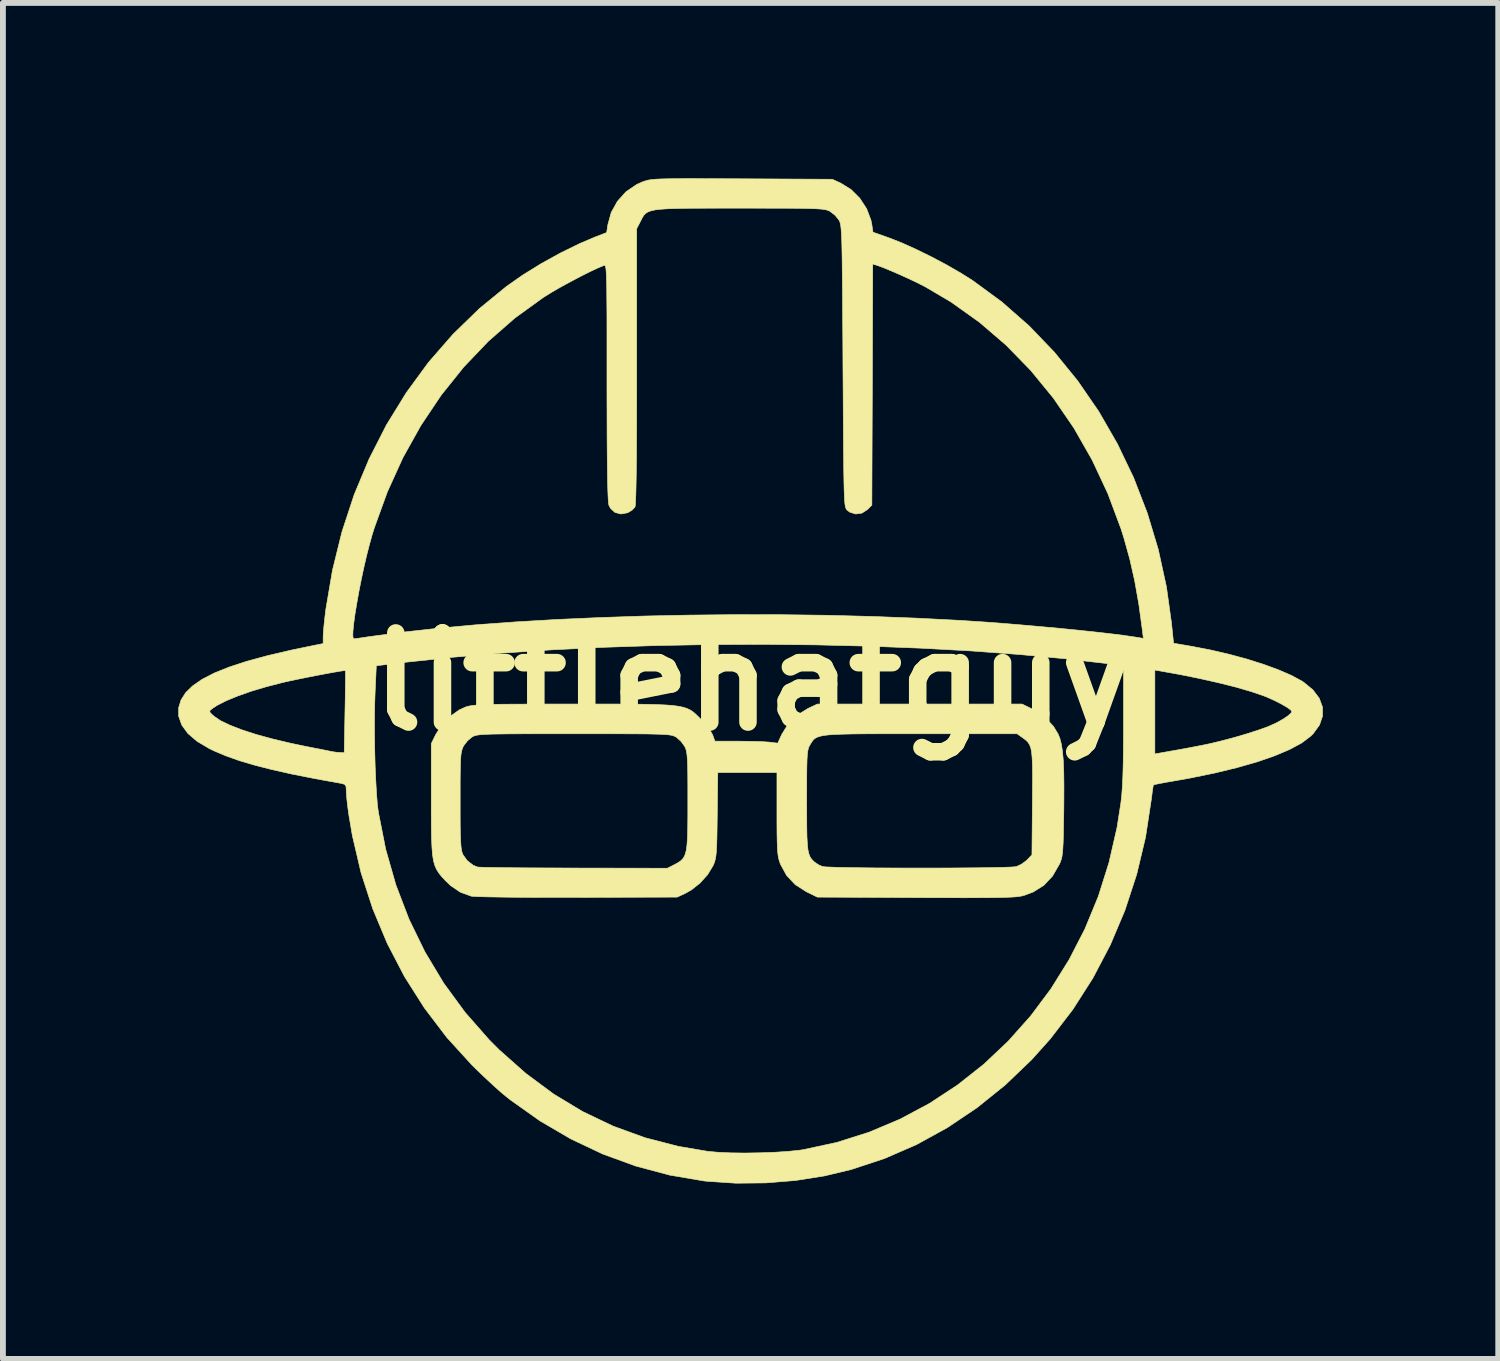
<source format=kicad_pcb>
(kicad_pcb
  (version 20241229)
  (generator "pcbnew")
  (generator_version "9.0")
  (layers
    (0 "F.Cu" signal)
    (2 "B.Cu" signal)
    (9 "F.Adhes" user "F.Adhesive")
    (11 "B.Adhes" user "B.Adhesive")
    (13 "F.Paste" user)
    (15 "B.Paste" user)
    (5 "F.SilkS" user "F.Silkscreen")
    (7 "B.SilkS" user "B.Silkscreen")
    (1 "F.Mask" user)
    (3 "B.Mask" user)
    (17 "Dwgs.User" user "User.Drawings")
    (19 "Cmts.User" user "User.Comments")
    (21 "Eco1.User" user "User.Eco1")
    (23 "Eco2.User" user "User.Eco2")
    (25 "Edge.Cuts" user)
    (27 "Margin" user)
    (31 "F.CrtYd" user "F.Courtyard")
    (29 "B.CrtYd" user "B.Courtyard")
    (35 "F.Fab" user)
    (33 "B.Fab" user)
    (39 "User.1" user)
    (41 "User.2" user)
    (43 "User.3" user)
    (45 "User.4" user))
  (footprint "littlehatguy"
    (layer "F.Cu")
    (at 9.815 8.61)
    (property "Reference" "littlehatguy" (at 0 0 0) (layer "F.SilkS") (effects (font (size 1.524 1.524) (thickness 0.3))))
    (attr through_hole)
    (fp_poly (pts (xy -2.352 0.381) (xy -2.078 0.382) (xy -1.846 0.385) (xy -1.654 0.389) (xy -1.495 0.396) (xy -1.366 0.405) (xy -1.262 0.419) (xy -1.179 0.436) (xy -1.112 0.458) (xy -1.056 0.485) (xy -1.008 0.518) (xy -0.963 0.557) (xy -0.916 0.603) (xy -0.872 0.647) (xy -0.79 0.738) (xy -0.721 0.83) (xy -0.678 0.905) (xy -0.676 0.911) (xy -0.638 1.016) (xy -0.241 1.016) (xy -0.083 1.018) (xy 0.068 1.021) (xy 0.196 1.026) (xy 0.285 1.032) (xy 0.296 1.033) (xy 0.437 1.05) (xy 0.504 0.903) (xy 0.614 0.724) (xy 0.769 0.571) (xy 0.955 0.456) (xy 1.115 0.381) (xy 4.615 0.381) (xy 4.805 0.474) (xy 4.999 0.599) (xy 5.152 0.763) (xy 5.231 0.893) (xy 5.262 0.97) (xy 5.287 1.067) (xy 5.306 1.19) (xy 5.32 1.344) (xy 5.328 1.535) (xy 5.331 1.768) (xy 5.33 2.051) (xy 5.329 2.184) (xy 5.325 2.418) (xy 5.322 2.603) (xy 5.318 2.746) (xy 5.312 2.855) (xy 5.305 2.936) (xy 5.296 2.997) (xy 5.283 3.046) (xy 5.267 3.09) (xy 5.255 3.117) (xy 5.137 3.322) (xy 4.989 3.48) (xy 4.807 3.595) (xy 4.652 3.653) (xy 4.614 3.663) (xy 4.567 3.671) (xy 4.508 3.678) (xy 4.431 3.683) (xy 4.332 3.687) (xy 4.207 3.69) (xy 4.051 3.692) (xy 3.86 3.693) (xy 3.628 3.694) (xy 3.352 3.693) (xy 3.026 3.692) (xy 2.804 3.691) (xy 1.114 3.683) (xy 0.924 3.59) (xy 0.734 3.468) (xy 0.587 3.311) (xy 0.482 3.118) (xy 0.478 3.106) (xy 0.461 3.056) (xy 0.447 3.001) (xy 0.438 2.934) (xy 0.431 2.847) (xy 0.427 2.732) (xy 0.424 2.58) (xy 0.423 2.384) (xy 0.423 2.257) (xy 0.423 2.026) (xy 0.931 2.026) (xy 0.932 2.282) (xy 0.933 2.487) (xy 0.936 2.649) (xy 0.943 2.773) (xy 0.952 2.867) (xy 0.967 2.937) (xy 0.986 2.988) (xy 1.011 3.029) (xy 1.044 3.064) (xy 1.067 3.085) (xy 1.137 3.132) (xy 1.203 3.16) (xy 1.25 3.166) (xy 1.347 3.17) (xy 1.487 3.175) (xy 1.665 3.178) (xy 1.874 3.181) (xy 2.108 3.184) (xy 2.36 3.185) (xy 2.623 3.186) (xy 2.893 3.186) (xy 3.161 3.186) (xy 3.423 3.185) (xy 3.671 3.183) (xy 3.899 3.181) (xy 4.101 3.178) (xy 4.271 3.174) (xy 4.402 3.17) (xy 4.487 3.165) (xy 4.517 3.161) (xy 4.604 3.121) (xy 4.688 3.059) (xy 4.701 3.046) (xy 4.784 2.96) (xy 4.792 2.073) (xy 4.794 1.811) (xy 4.795 1.598) (xy 4.793 1.43) (xy 4.787 1.299) (xy 4.778 1.2) (xy 4.763 1.126) (xy 4.741 1.072) (xy 4.713 1.03) (xy 4.676 0.995) (xy 4.63 0.96) (xy 4.622 0.955) (xy 4.53 0.889) (xy 2.879 0.889) (xy 2.519 0.889) (xy 2.211 0.889) (xy 1.951 0.89) (xy 1.734 0.892) (xy 1.556 0.896) (xy 1.413 0.901) (xy 1.3 0.909) (xy 1.213 0.92) (xy 1.148 0.935) (xy 1.1 0.953) (xy 1.064 0.975) (xy 1.038 1.002) (xy 1.015 1.034) (xy 0.992 1.072) (xy 0.987 1.081) (xy 0.971 1.11) (xy 0.959 1.144) (xy 0.949 1.189) (xy 0.942 1.252) (xy 0.937 1.34) (xy 0.934 1.459) (xy 0.932 1.616) (xy 0.932 1.818) (xy 0.931 2.026) (xy 0.423 2.026) (xy 0.423 1.552) (xy -0.589 1.552) (xy -0.598 2.279) (xy -0.601 2.502) (xy -0.604 2.676) (xy -0.608 2.81) (xy -0.614 2.91) (xy -0.622 2.985) (xy -0.633 3.043) (xy -0.647 3.091) (xy -0.666 3.137) (xy -0.672 3.149) (xy -0.763 3.299) (xy -0.892 3.442) (xy -1.042 3.561) (xy -1.143 3.618) (xy -1.284 3.683) (xy -2.992 3.688) (xy -3.301 3.688) (xy -3.596 3.688) (xy -3.871 3.687) (xy -4.12 3.685) (xy -4.339 3.682) (xy -4.523 3.679) (xy -4.665 3.675) (xy -4.761 3.671) (xy -4.805 3.667) (xy -4.992 3.599) (xy -5.159 3.486) (xy -5.252 3.396) (xy -5.312 3.331) (xy -5.36 3.271) (xy -5.399 3.209) (xy -5.429 3.14) (xy -5.452 3.057) (xy -5.468 2.953) (xy -5.478 2.823) (xy -5.485 2.659) (xy -5.488 2.456) (xy -5.489 2.207) (xy -5.489 2.034) (xy -4.995 2.034) (xy -4.995 2.278) (xy -4.994 2.472) (xy -4.991 2.623) (xy -4.986 2.738) (xy -4.98 2.822) (xy -4.971 2.883) (xy -4.96 2.927) (xy -4.95 2.953) (xy -4.875 3.058) (xy -4.773 3.138) (xy -4.699 3.168) (xy -4.661 3.171) (xy -4.572 3.174) (xy -4.437 3.176) (xy -4.261 3.179) (xy -4.05 3.181) (xy -3.808 3.183) (xy -3.542 3.184) (xy -3.256 3.185) (xy -3.047 3.186) (xy -1.451 3.189) (xy -1.327 3.126) (xy -1.267 3.093) (xy -1.218 3.059) (xy -1.18 3.019) (xy -1.151 2.965) (xy -1.13 2.892) (xy -1.116 2.793) (xy -1.107 2.662) (xy -1.103 2.492) (xy -1.101 2.279) (xy -1.101 2.038) (xy -1.101 1.798) (xy -1.102 1.607) (xy -1.104 1.459) (xy -1.108 1.347) (xy -1.114 1.265) (xy -1.122 1.204) (xy -1.132 1.16) (xy -1.146 1.124) (xy -1.154 1.107) (xy -1.214 1.023) (xy -1.291 0.953) (xy -1.303 0.945) (xy -1.324 0.934) (xy -1.349 0.924) (xy -1.381 0.915) (xy -1.425 0.908) (xy -1.486 0.903) (xy -1.568 0.898) (xy -1.676 0.895) (xy -1.814 0.892) (xy -1.987 0.891) (xy -2.198 0.89) (xy -2.454 0.889) (xy -2.758 0.889) (xy -3.048 0.889) (xy -3.395 0.889) (xy -3.69 0.889) (xy -3.938 0.89) (xy -4.142 0.891) (xy -4.308 0.893) (xy -4.441 0.895) (xy -4.544 0.899) (xy -4.622 0.903) (xy -4.68 0.909) (xy -4.722 0.916) (xy -4.752 0.925) (xy -4.776 0.936) (xy -4.793 0.945) (xy -4.87 1.01) (xy -4.934 1.093) (xy -4.942 1.107) (xy -4.957 1.141) (xy -4.969 1.181) (xy -4.979 1.233) (xy -4.986 1.303) (xy -4.99 1.4) (xy -4.993 1.53) (xy -4.995 1.699) (xy -4.995 1.914) (xy -4.995 2.034) (xy -5.489 2.034) (xy -5.489 2.018) (xy -5.489 1.058) (xy -5.41 0.897) (xy -5.307 0.737) (xy -5.169 0.594) (xy -5.013 0.483) (xy -4.903 0.432) (xy -4.869 0.422) (xy -4.83 0.413) (xy -4.782 0.405) (xy -4.721 0.399) (xy -4.641 0.394) (xy -4.538 0.39) (xy -4.408 0.386) (xy -4.245 0.384) (xy -4.046 0.383) (xy -3.806 0.382) (xy -3.52 0.381) (xy -3.184 0.381) (xy -3.048 0.381) (xy -2.674 0.381) (xy -2.352 0.381)) (stroke (width 0.01) (type solid)) (fill yes) (layer "F.SilkS"))
    (fp_poly (pts (xy -0.952 -8.605) (xy -0.701 -8.604) (xy -0.402 -8.603) (xy -0.173 -8.602) (xy 1.369 -8.594) (xy 1.516 -8.527) (xy 1.69 -8.419) (xy 1.84 -8.269) (xy 1.957 -8.09) (xy 2.031 -7.894) (xy 2.046 -7.817) (xy 2.065 -7.689) (xy 2.334 -7.594) (xy 2.552 -7.509) (xy 2.801 -7.397) (xy 3.064 -7.268) (xy 3.326 -7.129) (xy 3.572 -6.987) (xy 3.768 -6.864) (xy 4.267 -6.498) (xy 4.735 -6.087) (xy 5.168 -5.636) (xy 5.566 -5.147) (xy 5.926 -4.624) (xy 6.245 -4.07) (xy 6.523 -3.49) (xy 6.757 -2.885) (xy 6.945 -2.261) (xy 7.085 -1.619) (xy 7.171 -1) (xy 7.206 -0.659) (xy 7.505 -0.608) (xy 7.828 -0.546) (xy 8.149 -0.472) (xy 8.457 -0.389) (xy 8.745 -0.298) (xy 9.004 -0.203) (xy 9.225 -0.107) (xy 9.4 -0.012) (xy 9.428 0.006) (xy 9.589 0.138) (xy 9.697 0.281) (xy 9.753 0.432) (xy 9.754 0.586) (xy 9.702 0.739) (xy 9.595 0.887) (xy 9.549 0.932) (xy 9.398 1.046) (xy 9.193 1.157) (xy 8.938 1.265) (xy 8.635 1.37) (xy 8.288 1.469) (xy 7.9 1.563) (xy 7.474 1.65) (xy 7.225 1.694) (xy 7.092 1.717) (xy 6.979 1.738) (xy 6.9 1.754) (xy 6.864 1.763) (xy 6.863 1.764) (xy 6.855 1.795) (xy 6.844 1.868) (xy 6.831 1.97) (xy 6.826 2.009) (xy 6.727 2.659) (xy 6.576 3.292) (xy 6.375 3.907) (xy 6.125 4.499) (xy 5.828 5.065) (xy 5.485 5.602) (xy 5.098 6.107) (xy 4.779 6.463) (xy 4.326 6.897) (xy 3.844 7.285) (xy 3.338 7.625) (xy 2.809 7.916) (xy 2.259 8.155) (xy 1.692 8.342) (xy 1.237 8.451) (xy 0.743 8.529) (xy 0.231 8.571) (xy -0.279 8.576) (xy -0.77 8.543) (xy -0.827 8.537) (xy -1.414 8.437) (xy -1.991 8.283) (xy -2.556 8.077) (xy -3.103 7.818) (xy -3.63 7.51) (xy -4.132 7.154) (xy -4.207 7.095) (xy -4.311 7.008) (xy -4.44 6.892) (xy -4.582 6.76) (xy -4.724 6.623) (xy -4.798 6.55) (xy -5.224 6.082) (xy -5.607 5.578) (xy -5.947 5.042) (xy -6.242 4.475) (xy -6.49 3.882) (xy -6.69 3.266) (xy -6.839 2.63) (xy -6.898 2.282) (xy -6.917 2.145) (xy -6.932 2.015) (xy -6.941 1.912) (xy -6.943 1.867) (xy -6.946 1.793) (xy -6.967 1.757) (xy -7.016 1.74) (xy -7.034 1.737) (xy -7.477 1.657) (xy -7.867 1.58) (xy -8.211 1.503) (xy -8.512 1.426) (xy -8.775 1.348) (xy -9.005 1.266) (xy -9.206 1.181) (xy -9.286 1.142) (xy -9.494 1.019) (xy -9.652 0.884) (xy -9.757 0.739) (xy -9.81 0.587) (xy -9.81 0.519) (xy -9.277 0.519) (xy -9.243 0.556) (xy -9.203 0.591) (xy -9.093 0.666) (xy -8.932 0.743) (xy -8.726 0.823) (xy -8.481 0.902) (xy -8.203 0.978) (xy -7.896 1.051) (xy -7.662 1.1) (xy -7.511 1.13) (xy -7.375 1.156) (xy -7.267 1.178) (xy -7.198 1.192) (xy -7.183 1.195) (xy -7.109 1.206) (xy -7.052 1.21) (xy -6.978 1.214) (xy -6.967 0.639) (xy -6.461 0.639) (xy -6.46 0.906) (xy -6.456 1.178) (xy -6.449 1.445) (xy -6.438 1.695) (xy -6.425 1.919) (xy -6.41 2.107) (xy -6.394 2.23) (xy -6.269 2.864) (xy -6.094 3.476) (xy -5.869 4.063) (xy -5.596 4.623) (xy -5.277 5.154) (xy -4.911 5.654) (xy -4.501 6.121) (xy -4.329 6.294) (xy -3.873 6.698) (xy -3.397 7.051) (xy -2.898 7.352) (xy -2.376 7.601) (xy -1.831 7.799) (xy -1.262 7.946) (xy -0.762 8.031) (xy -0.584 8.047) (xy -0.366 8.057) (xy -0.122 8.06) (xy 0.132 8.056) (xy 0.382 8.047) (xy 0.612 8.032) (xy 0.807 8.012) (xy 0.875 8.002) (xy 1.448 7.878) (xy 2 7.703) (xy 2.529 7.48) (xy 3.034 7.21) (xy 3.512 6.896) (xy 3.961 6.541) (xy 4.378 6.147) (xy 4.762 5.716) (xy 5.11 5.25) (xy 5.42 4.752) (xy 5.691 4.225) (xy 5.919 3.671) (xy 6.102 3.091) (xy 6.24 2.489) (xy 6.306 2.065) (xy 6.32 1.936) (xy 6.331 1.787) (xy 6.339 1.612) (xy 6.345 1.402) (xy 6.347 1.234) (xy 6.886 1.234) (xy 7.26 1.168) (xy 7.421 1.139) (xy 7.582 1.108) (xy 7.725 1.08) (xy 7.831 1.058) (xy 7.832 1.058) (xy 8.038 1.008) (xy 8.256 0.95) (xy 8.469 0.887) (xy 8.661 0.825) (xy 8.817 0.769) (xy 8.839 0.76) (xy 8.968 0.701) (xy 9.081 0.638) (xy 9.168 0.579) (xy 9.22 0.529) (xy 9.229 0.507) (xy 9.204 0.477) (xy 9.139 0.432) (xy 9.044 0.377) (xy 8.931 0.32) (xy 8.811 0.266) (xy 8.749 0.241) (xy 8.535 0.168) (xy 8.274 0.092) (xy 7.974 0.017) (xy 7.646 -0.057) (xy 7.298 -0.127) (xy 6.992 -0.182) (xy 6.886 -0.2) (xy 6.886 1.234) (xy 6.347 1.234) (xy 6.348 1.153) (xy 6.35 0.856) (xy 6.35 0.721) (xy 6.35 -0.275) (xy 6.089 -0.309) (xy 5.35 -0.394) (xy 4.563 -0.467) (xy 3.736 -0.528) (xy 2.876 -0.575) (xy 1.992 -0.609) (xy 1.089 -0.631) (xy 0.176 -0.64) (xy -0.74 -0.636) (xy -1.652 -0.619) (xy -2.551 -0.589) (xy -3.431 -0.546) (xy -4.285 -0.49) (xy -5.104 -0.421) (xy -5.881 -0.339) (xy -5.917 -0.335) (xy -6.429 -0.274) (xy -6.449 0.161) (xy -6.457 0.387) (xy -6.461 0.639) (xy -6.967 0.639) (xy -6.965 0.515) (xy -6.961 0.323) (xy -6.959 0.15) (xy -6.957 0.005) (xy -6.956 -0.106) (xy -6.956 -0.173) (xy -6.957 -0.191) (xy -6.986 -0.19) (xy -7.061 -0.179) (xy -7.171 -0.16) (xy -7.307 -0.135) (xy -7.459 -0.106) (xy -7.618 -0.075) (xy -7.774 -0.043) (xy -7.916 -0.013) (xy -8.036 0.014) (xy -8.043 0.016) (xy -8.314 0.086) (xy -8.569 0.162) (xy -8.798 0.243) (xy -8.995 0.324) (xy -9.151 0.403) (xy -9.243 0.464) (xy -9.275 0.493) (xy -9.277 0.519) (xy -9.81 0.519) (xy -9.81 0.445) (xy -9.769 0.312) (xy -9.69 0.187) (xy -9.57 0.07) (xy -9.408 -0.042) (xy -9.201 -0.149) (xy -8.947 -0.251) (xy -8.645 -0.35) (xy -8.292 -0.446) (xy -7.886 -0.541) (xy -7.5 -0.621) (xy -7.338 -0.653) (xy -7.338 -0.772) (xy -7.337 -0.783) (xy -6.831 -0.783) (xy -6.822 -0.738) (xy -6.815 -0.734) (xy -6.783 -0.738) (xy -6.708 -0.748) (xy -6.602 -0.764) (xy -6.526 -0.775) (xy -5.979 -0.848) (xy -5.381 -0.914) (xy -4.74 -0.973) (xy -4.06 -1.023) (xy -3.348 -1.065) (xy -2.609 -1.098) (xy -1.849 -1.124) (xy -1.075 -1.14) (xy -0.292 -1.148) (xy 0.494 -1.147) (xy 1.277 -1.137) (xy 2.052 -1.117) (xy 2.811 -1.088) (xy 3.55 -1.05) (xy 3.655 -1.043) (xy 3.946 -1.024) (xy 4.259 -1.001) (xy 4.585 -0.974) (xy 4.916 -0.945) (xy 5.243 -0.915) (xy 5.558 -0.884) (xy 5.852 -0.853) (xy 6.116 -0.823) (xy 6.342 -0.795) (xy 6.521 -0.769) (xy 6.541 -0.766) (xy 6.69 -0.742) (xy 6.672 -0.886) (xy 6.612 -1.327) (xy 6.541 -1.727) (xy 6.457 -2.099) (xy 6.357 -2.458) (xy 6.309 -2.611) (xy 6.083 -3.217) (xy 5.813 -3.794) (xy 5.502 -4.339) (xy 5.152 -4.85) (xy 4.765 -5.323) (xy 4.342 -5.757) (xy 3.887 -6.148) (xy 3.4 -6.495) (xy 2.963 -6.753) (xy 2.84 -6.816) (xy 2.692 -6.887) (xy 2.534 -6.959) (xy 2.381 -7.025) (xy 2.247 -7.081) (xy 2.144 -7.119) (xy 2.124 -7.125) (xy 2.061 -7.144) (xy 2.054 -5.082) (xy 2.046 -3.021) (xy 1.969 -2.944) (xy 1.875 -2.884) (xy 1.77 -2.869) (xy 1.67 -2.9) (xy 1.626 -2.933) (xy 1.616 -2.944) (xy 1.606 -2.958) (xy 1.598 -2.977) (xy 1.591 -3.006) (xy 1.585 -3.047) (xy 1.58 -3.106) (xy 1.576 -3.184) (xy 1.572 -3.287) (xy 1.569 -3.417) (xy 1.566 -3.579) (xy 1.564 -3.775) (xy 1.561 -4.009) (xy 1.559 -4.286) (xy 1.557 -4.608) (xy 1.555 -4.979) (xy 1.552 -5.398) (xy 1.55 -5.822) (xy 1.547 -6.194) (xy 1.545 -6.516) (xy 1.543 -6.793) (xy 1.54 -7.028) (xy 1.538 -7.225) (xy 1.535 -7.387) (xy 1.532 -7.519) (xy 1.528 -7.624) (xy 1.523 -7.705) (xy 1.518 -7.767) (xy 1.512 -7.812) (xy 1.505 -7.845) (xy 1.497 -7.87) (xy 1.487 -7.889) (xy 1.482 -7.899) (xy 1.417 -7.978) (xy 1.334 -8.043) (xy 1.327 -8.047) (xy 1.302 -8.059) (xy 1.272 -8.069) (xy 1.232 -8.077) (xy 1.178 -8.084) (xy 1.104 -8.089) (xy 1.005 -8.093) (xy 0.877 -8.096) (xy 0.715 -8.098) (xy 0.513 -8.099) (xy 0.268 -8.099) (xy -0.026 -8.1) (xy -0.212 -8.1) (xy -0.55 -8.1) (xy -0.837 -8.099) (xy -1.077 -8.098) (xy -1.274 -8.095) (xy -1.433 -8.09) (xy -1.559 -8.082) (xy -1.656 -8.071) (xy -1.73 -8.055) (xy -1.784 -8.035) (xy -1.824 -8.009) (xy -1.853 -7.978) (xy -1.878 -7.94) (xy -1.901 -7.894) (xy -1.912 -7.873) (xy -1.976 -7.749) (xy -1.976 -5.397) (xy -1.976 -4.922) (xy -1.977 -4.503) (xy -1.978 -4.138) (xy -1.98 -3.825) (xy -1.983 -3.564) (xy -1.987 -3.353) (xy -1.991 -3.191) (xy -1.996 -3.077) (xy -2.001 -3.009) (xy -2.006 -2.987) (xy -2.052 -2.938) (xy -2.124 -2.894) (xy -2.133 -2.89) (xy -2.245 -2.869) (xy -2.347 -2.896) (xy -2.424 -2.966) (xy -2.452 -3.021) (xy -2.458 -3.061) (xy -2.464 -3.141) (xy -2.469 -3.262) (xy -2.474 -3.427) (xy -2.477 -3.638) (xy -2.48 -3.896) (xy -2.482 -4.204) (xy -2.483 -4.564) (xy -2.484 -4.978) (xy -2.484 -5.126) (xy -2.484 -5.511) (xy -2.484 -5.845) (xy -2.484 -6.129) (xy -2.485 -6.368) (xy -2.487 -6.566) (xy -2.488 -6.727) (xy -2.491 -6.854) (xy -2.494 -6.951) (xy -2.498 -7.022) (xy -2.503 -7.071) (xy -2.509 -7.101) (xy -2.517 -7.117) (xy -2.525 -7.122) (xy -2.533 -7.121) (xy -2.635 -7.079) (xy -2.773 -7.015) (xy -2.934 -6.934) (xy -3.106 -6.843) (xy -3.277 -6.75) (xy -3.433 -6.66) (xy -3.563 -6.579) (xy -3.57 -6.575) (xy -4.058 -6.222) (xy -4.513 -5.824) (xy -4.934 -5.383) (xy -5.319 -4.903) (xy -5.666 -4.385) (xy -5.974 -3.833) (xy -6.24 -3.248) (xy -6.463 -2.633) (xy -6.501 -2.511) (xy -6.548 -2.342) (xy -6.596 -2.154) (xy -6.643 -1.952) (xy -6.687 -1.745) (xy -6.728 -1.538) (xy -6.763 -1.341) (xy -6.793 -1.16) (xy -6.815 -1.001) (xy -6.828 -0.873) (xy -6.831 -0.783) (xy -7.337 -0.783) (xy -7.334 -0.848) (xy -7.324 -0.963) (xy -7.309 -1.102) (xy -7.294 -1.229) (xy -7.179 -1.906) (xy -7.017 -2.563) (xy -6.808 -3.199) (xy -6.553 -3.809) (xy -6.256 -4.392) (xy -5.916 -4.944) (xy -5.537 -5.462) (xy -5.118 -5.943) (xy -4.663 -6.385) (xy -4.202 -6.762) (xy -3.922 -6.958) (xy -3.608 -7.152) (xy -3.278 -7.334) (xy -2.952 -7.494) (xy -2.691 -7.605) (xy -2.489 -7.683) (xy -2.47 -7.814) (xy -2.411 -8.027) (xy -2.305 -8.218) (xy -2.158 -8.381) (xy -1.978 -8.504) (xy -1.88 -8.548) (xy -1.843 -8.561) (xy -1.807 -8.572) (xy -1.766 -8.582) (xy -1.717 -8.589) (xy -1.653 -8.595) (xy -1.57 -8.599) (xy -1.464 -8.602) (xy -1.328 -8.604) (xy -1.159 -8.605) (xy -0.952 -8.605)) (stroke (width 0.01) (type solid)) (fill yes) (layer "F.SilkS")))
  (gr_rect
    (start -3 -3)
    (end 22.574 20.191)
    (stroke (width 0.1) (type default))
    (fill no)
    (layer "Edge.Cuts")))
</source>
